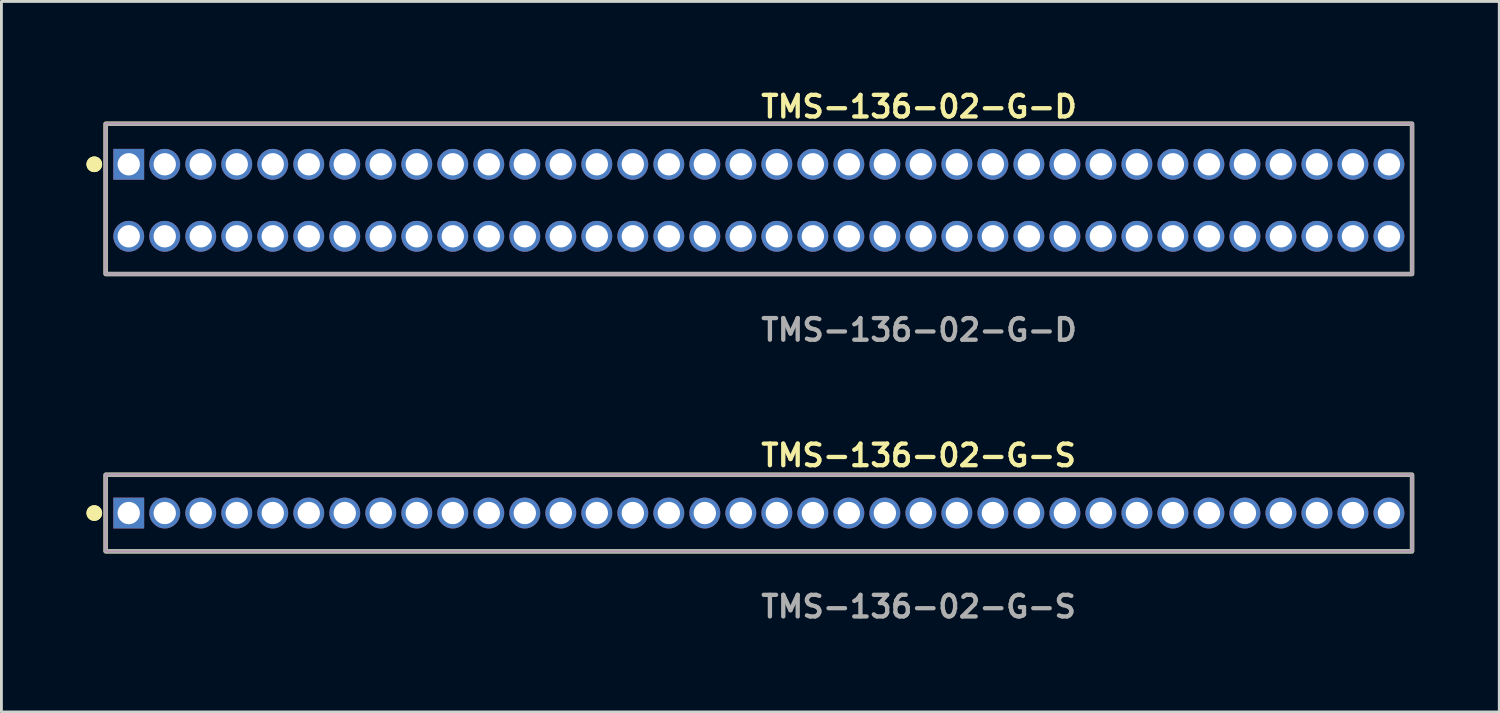
<source format=kicad_pcb>
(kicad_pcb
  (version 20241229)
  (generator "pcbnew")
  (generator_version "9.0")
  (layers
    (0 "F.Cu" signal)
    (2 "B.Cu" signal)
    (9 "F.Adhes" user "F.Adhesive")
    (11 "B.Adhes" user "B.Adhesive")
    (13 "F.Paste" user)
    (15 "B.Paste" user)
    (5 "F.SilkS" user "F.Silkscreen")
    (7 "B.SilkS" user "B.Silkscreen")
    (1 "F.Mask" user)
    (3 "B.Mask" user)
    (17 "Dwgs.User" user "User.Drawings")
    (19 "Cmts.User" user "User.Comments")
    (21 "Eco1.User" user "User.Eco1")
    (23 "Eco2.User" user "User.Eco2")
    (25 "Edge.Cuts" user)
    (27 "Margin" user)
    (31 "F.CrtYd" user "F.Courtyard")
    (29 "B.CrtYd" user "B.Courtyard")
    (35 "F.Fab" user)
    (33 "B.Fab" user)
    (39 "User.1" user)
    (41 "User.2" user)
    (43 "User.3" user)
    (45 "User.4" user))
  (footprint "TMS-136-02-G-D"
    (layer "F.Cu")
    (at 23.716 4.015)
    (property "Reference" "TMS-136-02-G-D" (at 0 -3.302 0) (unlocked yes) (layer "F.SilkS") (effects (font (size 0.762 0.762) (thickness 0.152)) (justify left)))
    (fp_rect (start -23.04 2.6) (end 23.04 -2.7) (stroke (width 0.152) (type solid)) (fill no) (layer "F.SilkS"))
    (fp_circle (center -23.44 -1.27) (end -23.64 -1.27) (stroke (width 0.152) (type solid)) (fill yes) (layer "F.SilkS"))
    (fp_circle (center -23.44 -1.27) (end -23.64 -1.27) (stroke (width 0.152) (type solid)) (fill yes) (layer "F.SilkS"))
    (fp_rect (start -23.04 2.6) (end 23.04 -2.7) (stroke (width 0.006) (type solid)) (fill no) (layer "F.CrtYd"))
    (fp_rect (start -23.04 2.6) (end 23.04 -2.7) (stroke (width 0.152) (type solid)) (fill no) (layer "F.Fab"))
    (fp_text user "${REFERENCE}" (at 0 4.572 0) (unlocked yes) (layer "F.Fab") (effects (font (size 0.762 0.762) (thickness 0.152)) (justify left)))
    (pad "1" thru_hole rect (at -22.225 -1.27) (size 1.087 1.087) (drill 0.787) (layers "*.Cu" "*.Mask"))
    (pad "2" thru_hole circle (at -22.225 1.27) (size 1.087 1.087) (drill 0.787) (layers "*.Cu" "*.Mask"))
    (pad "3" thru_hole circle (at -20.955 -1.27) (size 1.087 1.087) (drill 0.787) (layers "*.Cu" "*.Mask"))
    (pad "4" thru_hole circle (at -20.955 1.27) (size 1.087 1.087) (drill 0.787) (layers "*.Cu" "*.Mask"))
    (pad "5" thru_hole circle (at -19.685 -1.27) (size 1.087 1.087) (drill 0.787) (layers "*.Cu" "*.Mask"))
    (pad "6" thru_hole circle (at -19.685 1.27) (size 1.087 1.087) (drill 0.787) (layers "*.Cu" "*.Mask"))
    (pad "7" thru_hole circle (at -18.415 -1.27) (size 1.087 1.087) (drill 0.787) (layers "*.Cu" "*.Mask"))
    (pad "8" thru_hole circle (at -18.415 1.27) (size 1.087 1.087) (drill 0.787) (layers "*.Cu" "*.Mask"))
    (pad "9" thru_hole circle (at -17.145 -1.27) (size 1.087 1.087) (drill 0.787) (layers "*.Cu" "*.Mask"))
    (pad "10" thru_hole circle (at -17.145 1.27) (size 1.087 1.087) (drill 0.787) (layers "*.Cu" "*.Mask"))
    (pad "11" thru_hole circle (at -15.875 -1.27) (size 1.087 1.087) (drill 0.787) (layers "*.Cu" "*.Mask"))
    (pad "12" thru_hole circle (at -15.875 1.27) (size 1.087 1.087) (drill 0.787) (layers "*.Cu" "*.Mask"))
    (pad "13" thru_hole circle (at -14.605 -1.27) (size 1.087 1.087) (drill 0.787) (layers "*.Cu" "*.Mask"))
    (pad "14" thru_hole circle (at -14.605 1.27) (size 1.087 1.087) (drill 0.787) (layers "*.Cu" "*.Mask"))
    (pad "15" thru_hole circle (at -13.335 -1.27) (size 1.087 1.087) (drill 0.787) (layers "*.Cu" "*.Mask"))
    (pad "16" thru_hole circle (at -13.335 1.27) (size 1.087 1.087) (drill 0.787) (layers "*.Cu" "*.Mask"))
    (pad "17" thru_hole circle (at -12.065 -1.27) (size 1.087 1.087) (drill 0.787) (layers "*.Cu" "*.Mask"))
    (pad "18" thru_hole circle (at -12.065 1.27) (size 1.087 1.087) (drill 0.787) (layers "*.Cu" "*.Mask"))
    (pad "19" thru_hole circle (at -10.795 -1.27) (size 1.087 1.087) (drill 0.787) (layers "*.Cu" "*.Mask"))
    (pad "20" thru_hole circle (at -10.795 1.27) (size 1.087 1.087) (drill 0.787) (layers "*.Cu" "*.Mask"))
    (pad "21" thru_hole circle (at -9.525 -1.27) (size 1.087 1.087) (drill 0.787) (layers "*.Cu" "*.Mask"))
    (pad "22" thru_hole circle (at -9.525 1.27) (size 1.087 1.087) (drill 0.787) (layers "*.Cu" "*.Mask"))
    (pad "23" thru_hole circle (at -8.255 -1.27) (size 1.087 1.087) (drill 0.787) (layers "*.Cu" "*.Mask"))
    (pad "24" thru_hole circle (at -8.255 1.27) (size 1.087 1.087) (drill 0.787) (layers "*.Cu" "*.Mask"))
    (pad "25" thru_hole circle (at -6.985 -1.27) (size 1.087 1.087) (drill 0.787) (layers "*.Cu" "*.Mask"))
    (pad "26" thru_hole circle (at -6.985 1.27) (size 1.087 1.087) (drill 0.787) (layers "*.Cu" "*.Mask"))
    (pad "27" thru_hole circle (at -5.715 -1.27) (size 1.087 1.087) (drill 0.787) (layers "*.Cu" "*.Mask"))
    (pad "28" thru_hole circle (at -5.715 1.27) (size 1.087 1.087) (drill 0.787) (layers "*.Cu" "*.Mask"))
    (pad "29" thru_hole circle (at -4.445 -1.27) (size 1.087 1.087) (drill 0.787) (layers "*.Cu" "*.Mask"))
    (pad "30" thru_hole circle (at -4.445 1.27) (size 1.087 1.087) (drill 0.787) (layers "*.Cu" "*.Mask"))
    (pad "31" thru_hole circle (at -3.175 -1.27) (size 1.087 1.087) (drill 0.787) (layers "*.Cu" "*.Mask"))
    (pad "32" thru_hole circle (at -3.175 1.27) (size 1.087 1.087) (drill 0.787) (layers "*.Cu" "*.Mask"))
    (pad "33" thru_hole circle (at -1.905 -1.27) (size 1.087 1.087) (drill 0.787) (layers "*.Cu" "*.Mask"))
    (pad "34" thru_hole circle (at -1.905 1.27) (size 1.087 1.087) (drill 0.787) (layers "*.Cu" "*.Mask"))
    (pad "35" thru_hole circle (at -0.635 -1.27) (size 1.087 1.087) (drill 0.787) (layers "*.Cu" "*.Mask"))
    (pad "36" thru_hole circle (at -0.635 1.27) (size 1.087 1.087) (drill 0.787) (layers "*.Cu" "*.Mask"))
    (pad "37" thru_hole circle (at 0.635 -1.27) (size 1.087 1.087) (drill 0.787) (layers "*.Cu" "*.Mask"))
    (pad "38" thru_hole circle (at 0.635 1.27) (size 1.087 1.087) (drill 0.787) (layers "*.Cu" "*.Mask"))
    (pad "39" thru_hole circle (at 1.905 -1.27) (size 1.087 1.087) (drill 0.787) (layers "*.Cu" "*.Mask"))
    (pad "40" thru_hole circle (at 1.905 1.27) (size 1.087 1.087) (drill 0.787) (layers "*.Cu" "*.Mask"))
    (pad "41" thru_hole circle (at 3.175 -1.27) (size 1.087 1.087) (drill 0.787) (layers "*.Cu" "*.Mask"))
    (pad "42" thru_hole circle (at 3.175 1.27) (size 1.087 1.087) (drill 0.787) (layers "*.Cu" "*.Mask"))
    (pad "43" thru_hole circle (at 4.445 -1.27) (size 1.087 1.087) (drill 0.787) (layers "*.Cu" "*.Mask"))
    (pad "44" thru_hole circle (at 4.445 1.27) (size 1.087 1.087) (drill 0.787) (layers "*.Cu" "*.Mask"))
    (pad "45" thru_hole circle (at 5.715 -1.27) (size 1.087 1.087) (drill 0.787) (layers "*.Cu" "*.Mask"))
    (pad "46" thru_hole circle (at 5.715 1.27) (size 1.087 1.087) (drill 0.787) (layers "*.Cu" "*.Mask"))
    (pad "47" thru_hole circle (at 6.985 -1.27) (size 1.087 1.087) (drill 0.787) (layers "*.Cu" "*.Mask"))
    (pad "48" thru_hole circle (at 6.985 1.27) (size 1.087 1.087) (drill 0.787) (layers "*.Cu" "*.Mask"))
    (pad "49" thru_hole circle (at 8.255 -1.27) (size 1.087 1.087) (drill 0.787) (layers "*.Cu" "*.Mask"))
    (pad "50" thru_hole circle (at 8.255 1.27) (size 1.087 1.087) (drill 0.787) (layers "*.Cu" "*.Mask"))
    (pad "51" thru_hole circle (at 9.525 -1.27) (size 1.087 1.087) (drill 0.787) (layers "*.Cu" "*.Mask"))
    (pad "52" thru_hole circle (at 9.525 1.27) (size 1.087 1.087) (drill 0.787) (layers "*.Cu" "*.Mask"))
    (pad "53" thru_hole circle (at 10.795 -1.27) (size 1.087 1.087) (drill 0.787) (layers "*.Cu" "*.Mask"))
    (pad "54" thru_hole circle (at 10.795 1.27) (size 1.087 1.087) (drill 0.787) (layers "*.Cu" "*.Mask"))
    (pad "55" thru_hole circle (at 12.065 -1.27) (size 1.087 1.087) (drill 0.787) (layers "*.Cu" "*.Mask"))
    (pad "56" thru_hole circle (at 12.065 1.27) (size 1.087 1.087) (drill 0.787) (layers "*.Cu" "*.Mask"))
    (pad "57" thru_hole circle (at 13.335 -1.27) (size 1.087 1.087) (drill 0.787) (layers "*.Cu" "*.Mask"))
    (pad "58" thru_hole circle (at 13.335 1.27) (size 1.087 1.087) (drill 0.787) (layers "*.Cu" "*.Mask"))
    (pad "59" thru_hole circle (at 14.605 -1.27) (size 1.087 1.087) (drill 0.787) (layers "*.Cu" "*.Mask"))
    (pad "60" thru_hole circle (at 14.605 1.27) (size 1.087 1.087) (drill 0.787) (layers "*.Cu" "*.Mask"))
    (pad "61" thru_hole circle (at 15.875 -1.27) (size 1.087 1.087) (drill 0.787) (layers "*.Cu" "*.Mask"))
    (pad "62" thru_hole circle (at 15.875 1.27) (size 1.087 1.087) (drill 0.787) (layers "*.Cu" "*.Mask"))
    (pad "63" thru_hole circle (at 17.145 -1.27) (size 1.087 1.087) (drill 0.787) (layers "*.Cu" "*.Mask"))
    (pad "64" thru_hole circle (at 17.145 1.27) (size 1.087 1.087) (drill 0.787) (layers "*.Cu" "*.Mask"))
    (pad "65" thru_hole circle (at 18.415 -1.27) (size 1.087 1.087) (drill 0.787) (layers "*.Cu" "*.Mask"))
    (pad "66" thru_hole circle (at 18.415 1.27) (size 1.087 1.087) (drill 0.787) (layers "*.Cu" "*.Mask"))
    (pad "67" thru_hole circle (at 19.685 -1.27) (size 1.087 1.087) (drill 0.787) (layers "*.Cu" "*.Mask"))
    (pad "68" thru_hole circle (at 19.685 1.27) (size 1.087 1.087) (drill 0.787) (layers "*.Cu" "*.Mask"))
    (pad "69" thru_hole circle (at 20.955 -1.27) (size 1.087 1.087) (drill 0.787) (layers "*.Cu" "*.Mask"))
    (pad "70" thru_hole circle (at 20.955 1.27) (size 1.087 1.087) (drill 0.787) (layers "*.Cu" "*.Mask"))
    (pad "71" thru_hole circle (at 22.225 -1.27) (size 1.087 1.087) (drill 0.787) (layers "*.Cu" "*.Mask"))
    (pad "72" thru_hole circle (at 22.225 1.27) (size 1.087 1.087) (drill 0.787) (layers "*.Cu" "*.Mask")))
  (footprint "TMS-136-02-G-S"
    (layer "F.Cu")
    (at 23.716 15.046)
    (property "Reference" "TMS-136-02-G-S" (at 0 -2.032 0) (unlocked yes) (layer "F.SilkS") (effects (font (size 0.762 0.762) (thickness 0.152)) (justify left)))
    (fp_rect (start -23.04 1.35) (end 23.04 -1.35) (stroke (width 0.152) (type solid)) (fill no) (layer "F.SilkS"))
    (fp_circle (center -23.44 0) (end -23.64 0) (stroke (width 0.152) (type solid)) (fill yes) (layer "F.SilkS"))
    (fp_circle (center -23.44 0) (end -23.64 0) (stroke (width 0.152) (type solid)) (fill yes) (layer "F.SilkS"))
    (fp_rect (start -23.04 1.35) (end 23.04 -1.35) (stroke (width 0.006) (type solid)) (fill no) (layer "F.CrtYd"))
    (fp_rect (start -23.04 1.35) (end 23.04 -1.35) (stroke (width 0.152) (type solid)) (fill no) (layer "F.Fab"))
    (fp_text user "${REFERENCE}" (at 0 3.302 0) (unlocked yes) (layer "F.Fab") (effects (font (size 0.762 0.762) (thickness 0.152)) (justify left)))
    (pad "1" thru_hole rect (at -22.225 0) (size 1.087 1.087) (drill 0.787) (layers "*.Cu" "*.Mask"))
    (pad "2" thru_hole circle (at -20.955 0) (size 1.087 1.087) (drill 0.787) (layers "*.Cu" "*.Mask"))
    (pad "3" thru_hole circle (at -19.685 0) (size 1.087 1.087) (drill 0.787) (layers "*.Cu" "*.Mask"))
    (pad "4" thru_hole circle (at -18.415 0) (size 1.087 1.087) (drill 0.787) (layers "*.Cu" "*.Mask"))
    (pad "5" thru_hole circle (at -17.145 0) (size 1.087 1.087) (drill 0.787) (layers "*.Cu" "*.Mask"))
    (pad "6" thru_hole circle (at -15.875 0) (size 1.087 1.087) (drill 0.787) (layers "*.Cu" "*.Mask"))
    (pad "7" thru_hole circle (at -14.605 0) (size 1.087 1.087) (drill 0.787) (layers "*.Cu" "*.Mask"))
    (pad "8" thru_hole circle (at -13.335 0) (size 1.087 1.087) (drill 0.787) (layers "*.Cu" "*.Mask"))
    (pad "9" thru_hole circle (at -12.065 0) (size 1.087 1.087) (drill 0.787) (layers "*.Cu" "*.Mask"))
    (pad "10" thru_hole circle (at -10.795 0) (size 1.087 1.087) (drill 0.787) (layers "*.Cu" "*.Mask"))
    (pad "11" thru_hole circle (at -9.525 0) (size 1.087 1.087) (drill 0.787) (layers "*.Cu" "*.Mask"))
    (pad "12" thru_hole circle (at -8.255 0) (size 1.087 1.087) (drill 0.787) (layers "*.Cu" "*.Mask"))
    (pad "13" thru_hole circle (at -6.985 0) (size 1.087 1.087) (drill 0.787) (layers "*.Cu" "*.Mask"))
    (pad "14" thru_hole circle (at -5.715 0) (size 1.087 1.087) (drill 0.787) (layers "*.Cu" "*.Mask"))
    (pad "15" thru_hole circle (at -4.445 0) (size 1.087 1.087) (drill 0.787) (layers "*.Cu" "*.Mask"))
    (pad "16" thru_hole circle (at -3.175 0) (size 1.087 1.087) (drill 0.787) (layers "*.Cu" "*.Mask"))
    (pad "17" thru_hole circle (at -1.905 0) (size 1.087 1.087) (drill 0.787) (layers "*.Cu" "*.Mask"))
    (pad "18" thru_hole circle (at -0.635 0) (size 1.087 1.087) (drill 0.787) (layers "*.Cu" "*.Mask"))
    (pad "19" thru_hole circle (at 0.635 0) (size 1.087 1.087) (drill 0.787) (layers "*.Cu" "*.Mask"))
    (pad "20" thru_hole circle (at 1.905 0) (size 1.087 1.087) (drill 0.787) (layers "*.Cu" "*.Mask"))
    (pad "21" thru_hole circle (at 3.175 0) (size 1.087 1.087) (drill 0.787) (layers "*.Cu" "*.Mask"))
    (pad "22" thru_hole circle (at 4.445 0) (size 1.087 1.087) (drill 0.787) (layers "*.Cu" "*.Mask"))
    (pad "23" thru_hole circle (at 5.715 0) (size 1.087 1.087) (drill 0.787) (layers "*.Cu" "*.Mask"))
    (pad "24" thru_hole circle (at 6.985 0) (size 1.087 1.087) (drill 0.787) (layers "*.Cu" "*.Mask"))
    (pad "25" thru_hole circle (at 8.255 0) (size 1.087 1.087) (drill 0.787) (layers "*.Cu" "*.Mask"))
    (pad "26" thru_hole circle (at 9.525 0) (size 1.087 1.087) (drill 0.787) (layers "*.Cu" "*.Mask"))
    (pad "27" thru_hole circle (at 10.795 0) (size 1.087 1.087) (drill 0.787) (layers "*.Cu" "*.Mask"))
    (pad "28" thru_hole circle (at 12.065 0) (size 1.087 1.087) (drill 0.787) (layers "*.Cu" "*.Mask"))
    (pad "29" thru_hole circle (at 13.335 0) (size 1.087 1.087) (drill 0.787) (layers "*.Cu" "*.Mask"))
    (pad "30" thru_hole circle (at 14.605 0) (size 1.087 1.087) (drill 0.787) (layers "*.Cu" "*.Mask"))
    (pad "31" thru_hole circle (at 15.875 0) (size 1.087 1.087) (drill 0.787) (layers "*.Cu" "*.Mask"))
    (pad "32" thru_hole circle (at 17.145 0) (size 1.087 1.087) (drill 0.787) (layers "*.Cu" "*.Mask"))
    (pad "33" thru_hole circle (at 18.415 0) (size 1.087 1.087) (drill 0.787) (layers "*.Cu" "*.Mask"))
    (pad "34" thru_hole circle (at 19.685 0) (size 1.087 1.087) (drill 0.787) (layers "*.Cu" "*.Mask"))
    (pad "35" thru_hole circle (at 20.955 0) (size 1.087 1.087) (drill 0.787) (layers "*.Cu" "*.Mask"))
    (pad "36" thru_hole circle (at 22.225 0) (size 1.087 1.087) (drill 0.787) (layers "*.Cu" "*.Mask")))
  (gr_rect
    (start -3 -3)
    (end 49.832 22.061)
    (stroke (width 0.1) (type default))
    (fill no)
    (layer "Edge.Cuts")))
</source>
